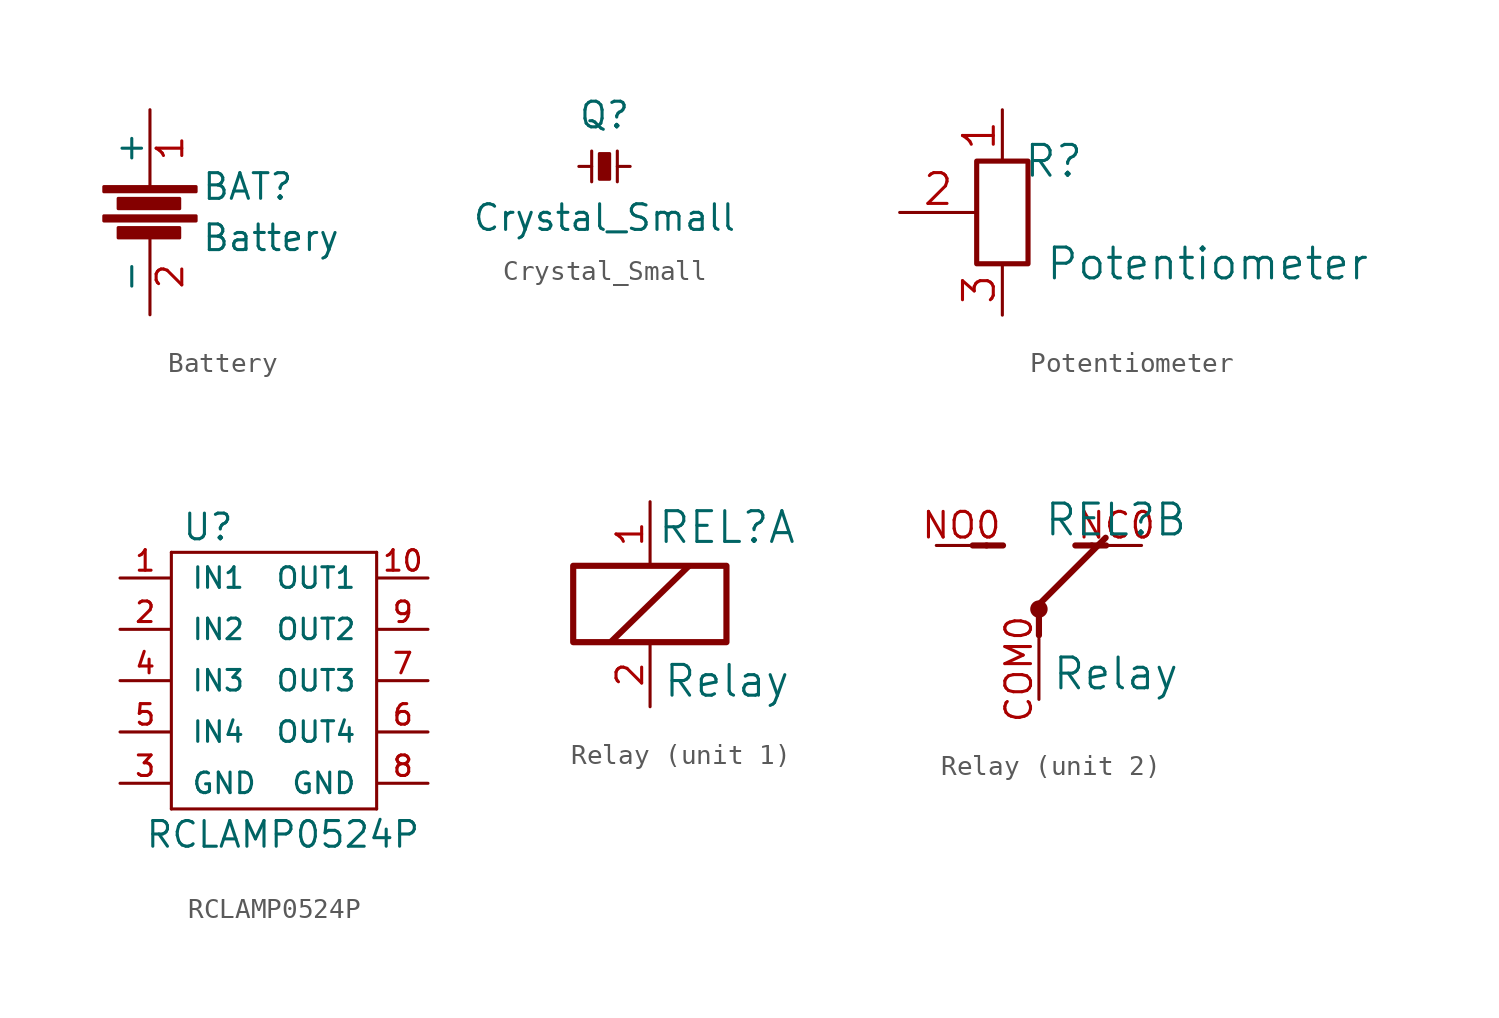
<source format=kicad_sym>
(kicad_symbol_lib
  (version 20211014)
  (generator kicad_symbol_editor)
  (symbol "Battery"
    (pin_names
      (offset 0))
    (property "Reference" "BAT"
      (at 2.54 1.27 0)
      (effects (font (size 1.27 1.27)) (justify left)))
    (property "Value" "Battery"
      (at 2.54 -1.27 0)
      (effects (font (size 1.27 1.27)) (justify left)))
    (property "Footprint" ""
      (at 0 1.016 90)
      (effects (font (size 1.524 1.524))))
    (property "Datasheet" ""
      (at 0 1.016 90)
      (effects (font (size 1.524 1.524))))
    (symbol "Battery_0_1"
      (rectangle (start -2.286 -0.178) (end 2.286 -0.432) (stroke (width 0) (type default) (color 0 0 0 0)) (fill (type outline)))
      (rectangle (start -2.286 1.27) (end 2.286 1.016) (stroke (width 0) (type default) (color 0 0 0 0)) (fill (type outline)))
      (rectangle (start -1.575 -0.762) (end 1.473 -1.27) (stroke (width 0) (type default) (color 0 0 0 0)) (fill (type outline)))
      (rectangle (start -1.575 0.686) (end 1.473 0.178) (stroke (width 0) (type default) (color 0 0 0 0)) (fill (type outline))))
    (symbol "Battery_1_1"
      (pin power_out line (at 0 5.08 270) (length 3.81) (name "+" (effects (font (size 1.27 1.27)))) (number "1" (effects (font (size 1.27 1.27)))))
      (pin power_in line (at 0 -5.08 90) (length 3.81) (name "-" (effects (font (size 1.27 1.27)))) (number "2" (effects (font (size 1.27 1.27)))))))
  (symbol "Crystal_Small"
    (pin_numbers hide)
    (pin_names
      (offset 1.016) hide)
    (property "Reference" "Q"
      (at 0 2.54 0)
      (effects (font (size 1.27 1.27))))
    (property "Value" "Crystal_Small"
      (at 0 -2.54 0)
      (effects (font (size 1.27 1.27))))
    (property "Footprint" ""
      (at 0 0 0)
      (effects (font (size 1.524 1.524))))
    (property "Datasheet" ""
      (at 0 0 0)
      (effects (font (size 1.524 1.524))))
    (symbol "Crystal_Small_0_1"
      (rectangle (start -0.254 -0.635) (end 0.254 0.635) (stroke (width 0) (type default) (color 0 0 0 0)) (fill (type outline)))
      (polyline (pts (xy -0.635 -0.762) (xy -0.635 0.762)) (stroke (width 0) (type default) (color 0 0 0 0)) (fill (type none)))
      (polyline (pts (xy 0.635 -0.762) (xy 0.635 0.762)) (stroke (width 0) (type default) (color 0 0 0 0)) (fill (type none))))
    (symbol "Crystal_Small_1_1"
      (pin passive line (at -1.27 0 0) (length 0.635) (name "1" (effects (font (size 1.016 1.016)))) (number "1" (effects (font (size 1.016 1.016)))))
      (pin passive line (at 1.27 0 180) (length 0.635) (name "2" (effects (font (size 1.016 1.016)))) (number "2" (effects (font (size 1.016 1.016)))))))
  (symbol "Potentiometer"
    (pin_names
      (offset 1.016))
    (property "Reference" "R"
      (at 2.54 2.54 0)
      (effects (font (size 1.524 1.524))))
    (property "Value" "Potentiometer"
      (at 10.16 -2.54 0)
      (effects (font (size 1.524 1.524))))
    (symbol "Potentiometer_0_1"
      (rectangle (start -1.27 2.54) (end 1.27 -2.54) (stroke (width 0.254) (type default) (color 0 0 0 0)) (fill (type none)))
      (pin passive line (at 0 5.08 270) (length 2.54) (name "~" (effects (font (size 1.524 1.524)))) (number "1" (effects (font (size 1.524 1.524)))))
      (pin passive line (at -5.08 0 0) (length 3.81) (name "~" (effects (font (size 1.524 1.524)))) (number "2" (effects (font (size 1.524 1.524)))))
      (pin passive line (at 0 -5.08 90) (length 2.54) (name "~" (effects (font (size 1.524 1.524)))) (number "3" (effects (font (size 1.524 1.524)))))))
  (symbol "RCLAMP0524P"
    (pin_names
      (offset 1.016))
    (property "Reference" "U"
      (at -4.572 6.858 0)
      (effects (font (size 1.27 1.27)) (justify left bottom)))
    (property "Value" "RCLAMP0524P"
      (at -6.401 -8.357 0)
      (effects (font (size 1.27 1.27)) (justify left bottom)))
    (property "Datasheet" ""
      (at 0 0 0)
      (effects (font (size 1.524 1.524))))
    (property "ki_locked" ""
      (at 0 0 0)
      (effects (font (size 1.27 1.27))))
    (symbol "RCLAMP0524P_1_0"
      (polyline (pts (xy -5.08 -6.35) (xy 5.08 -6.35)) (stroke (width 0) (type default) (color 0 0 0 0)) (fill (type none)))
      (polyline (pts (xy -5.08 6.35) (xy -5.08 -6.35)) (stroke (width 0) (type default) (color 0 0 0 0)) (fill (type none)))
      (polyline (pts (xy 5.08 -6.35) (xy 5.08 6.35)) (stroke (width 0) (type default) (color 0 0 0 0)) (fill (type none)))
      (polyline (pts (xy 5.08 6.35) (xy -5.08 6.35)) (stroke (width 0) (type default) (color 0 0 0 0)) (fill (type none))))
    (symbol "RCLAMP0524P_1_1"
      (pin bidirectional line (at -7.62 5.08 0) (length 2.489) (name "IN1" (effects (font (size 1.016 1.016)))) (number "1" (effects (font (size 1.016 1.016)))))
      (pin bidirectional line (at 7.62 5.08 180) (length 2.489) (name "OUT1" (effects (font (size 1.016 1.016)))) (number "10" (effects (font (size 1.016 1.016)))))
      (pin bidirectional line (at -7.62 2.54 0) (length 2.489) (name "IN2" (effects (font (size 1.016 1.016)))) (number "2" (effects (font (size 1.016 1.016)))))
      (pin power_in line (at -7.62 -5.08 0) (length 2.489) (name "GND" (effects (font (size 1.016 1.016)))) (number "3" (effects (font (size 1.016 1.016)))))
      (pin bidirectional line (at -7.62 0 0) (length 2.489) (name "IN3" (effects (font (size 1.016 1.016)))) (number "4" (effects (font (size 1.016 1.016)))))
      (pin bidirectional line (at -7.62 -2.54 0) (length 2.489) (name "IN4" (effects (font (size 1.016 1.016)))) (number "5" (effects (font (size 1.016 1.016)))))
      (pin bidirectional line (at 7.62 -2.54 180) (length 2.489) (name "OUT4" (effects (font (size 1.016 1.016)))) (number "6" (effects (font (size 1.016 1.016)))))
      (pin bidirectional line (at 7.62 0 180) (length 2.489) (name "OUT3" (effects (font (size 1.016 1.016)))) (number "7" (effects (font (size 1.016 1.016)))))
      (pin power_in line (at 7.62 -5.08 180) (length 2.489) (name "GND" (effects (font (size 1.016 1.016)))) (number "8" (effects (font (size 1.016 1.016)))))
      (pin bidirectional line (at 7.62 2.54 180) (length 2.489) (name "OUT2" (effects (font (size 1.016 1.016)))) (number "9" (effects (font (size 1.016 1.016)))))))
  (symbol "Relay"
    (pin_names
      (offset 1.016))
    (property "Reference" "REL"
      (at 3.81 3.81 0)
      (effects (font (size 1.524 1.524))))
    (property "Value" "Relay"
      (at 3.81 -3.81 0)
      (effects (font (size 1.524 1.524))))
    (property "Footprint" ""
      (at 0 0 0)
      (effects (font (size 1.524 1.524))))
    (property "Datasheet" ""
      (at 0 0 0)
      (effects (font (size 1.524 1.524))))
    (property "ki_locked" ""
      (at 0 0 0)
      (effects (font (size 1.27 1.27))))
    (symbol "Relay_1_1"
      (rectangle (start -3.81 -1.88) (end 3.785 1.905) (stroke (width 0.305) (type default) (color 0 0 0 0)) (fill (type none)))
      (polyline (pts (xy -1.905 -1.829) (xy 1.905 1.88)) (stroke (width 0.305) (type default) (color 0 0 0 0)) (fill (type none)))
      (pin passive line (at 0 5.08 270) (length 3.2) (name "~" (effects (font (size 1.27 1.27)))) (number "1" (effects (font (size 1.27 1.27)))))
      (pin passive line (at 0 -5.08 90) (length 3.2) (name "~" (effects (font (size 1.27 1.27)))) (number "2" (effects (font (size 1.27 1.27))))))
    (symbol "Relay_2_1"
      (circle (center 0 -0.61) (radius 0.051) (stroke (width 0.254) (type default) (color 0 0 0 0)) (fill (type none)))
      (circle (center 0 -0.61) (radius 0.305) (stroke (width 0.254) (type default) (color 0 0 0 0)) (fill (type none)))
      (polyline (pts (xy -2.591 2.54) (xy -3.277 2.54)) (stroke (width 0.305) (type default) (color 0 0 0 0)) (fill (type none)))
      (polyline (pts (xy -2.591 2.54) (xy -1.778 2.54)) (stroke (width 0.305) (type default) (color 0 0 0 0)) (fill (type none)))
      (polyline (pts (xy 0 -0.61) (xy 0 -1.905)) (stroke (width 0.305) (type default) (color 0 0 0 0)) (fill (type none)))
      (polyline (pts (xy 0 -0.381) (xy 3.302 2.921)) (stroke (width 0.305) (type default) (color 0 0 0 0)) (fill (type none)))
      (polyline (pts (xy 2.616 2.54) (xy 1.803 2.54)) (stroke (width 0.305) (type default) (color 0 0 0 0)) (fill (type none)))
      (polyline (pts (xy 2.616 2.54) (xy 3.327 2.54)) (stroke (width 0.305) (type default) (color 0 0 0 0)) (fill (type none)))
      (pin passive line (at 0 -5.08 90) (length 2.997) (name "~" (effects (font (size 1.27 1.27)))) (number "COM0" (effects (font (size 1.27 1.27)))))
      (pin passive line (at 5.08 2.54 180) (length 2.489) (name "~" (effects (font (size 1.27 1.27)))) (number "NC0" (effects (font (size 1.27 1.27)))))
      (pin passive line (at -5.08 2.54 0) (length 2.489) (name "~" (effects (font (size 1.27 1.27)))) (number "NO0" (effects (font (size 1.27 1.27))))))))
</source>
